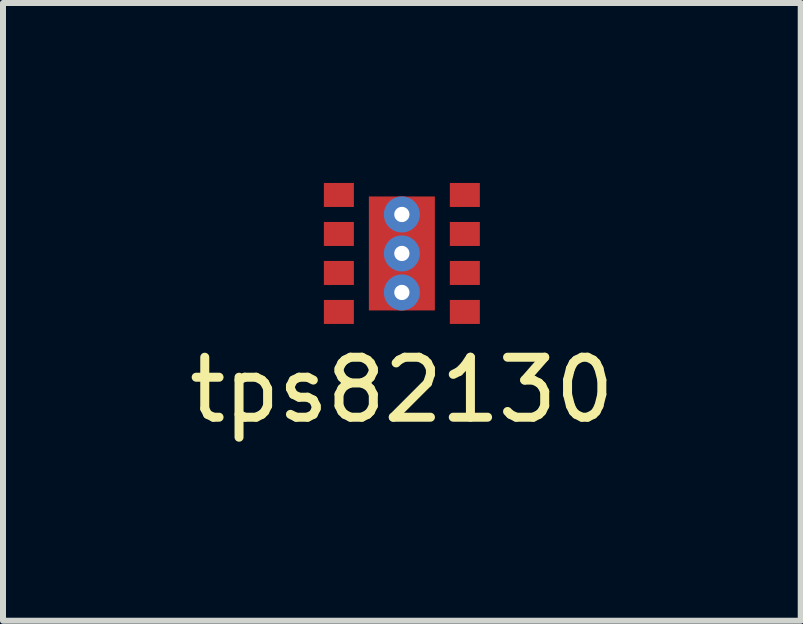
<source format=kicad_pcb>
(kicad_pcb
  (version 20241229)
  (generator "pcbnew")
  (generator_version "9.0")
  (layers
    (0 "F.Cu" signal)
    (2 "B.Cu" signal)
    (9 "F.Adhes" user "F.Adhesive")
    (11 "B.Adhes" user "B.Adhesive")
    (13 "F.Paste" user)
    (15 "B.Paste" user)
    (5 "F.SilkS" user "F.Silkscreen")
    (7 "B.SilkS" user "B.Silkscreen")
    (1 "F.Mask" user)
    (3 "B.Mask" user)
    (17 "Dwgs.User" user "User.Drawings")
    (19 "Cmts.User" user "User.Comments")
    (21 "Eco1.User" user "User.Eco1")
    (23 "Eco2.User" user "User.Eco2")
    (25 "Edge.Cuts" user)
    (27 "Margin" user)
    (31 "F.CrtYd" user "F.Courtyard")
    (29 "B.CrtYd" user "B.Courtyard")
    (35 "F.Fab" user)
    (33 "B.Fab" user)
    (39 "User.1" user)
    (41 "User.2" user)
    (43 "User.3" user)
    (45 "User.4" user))
  (footprint "tps82130"
    (layer "F.Cu")
    (at 3.649 1.175)
    (property "Reference" "tps82130" (at 0 2.275 0) (layer "F.SilkS") (effects (font (size 1 1) (thickness 0.15))))
    (attr through_hole)
    (pad "" thru_hole circle (at 0 -0.65) (size 0.6 0.6) (drill 0.254) (layers "*.Cu" "*.Mask"))
    (pad "" thru_hole circle (at 0 0) (size 0.6 0.6) (drill 0.254) (layers "*.Cu" "*.Mask"))
    (pad "" smd rect (at 0 0) (size 1.1 1.9) (layers "F.Cu" "F.Mask" "F.Paste"))
    (pad "" thru_hole circle (at 0 0.65) (size 0.6 0.6) (drill 0.254) (layers "*.Cu" "*.Mask"))
    (pad "1" smd rect (at -1.05 -0.975) (size 0.5 0.4) (layers "F.Cu" "F.Mask" "F.Paste"))
    (pad "2" smd rect (at -1.05 -0.325) (size 0.5 0.4) (layers "F.Cu" "F.Mask" "F.Paste"))
    (pad "3" smd rect (at -1.05 0.325) (size 0.5 0.4) (layers "F.Cu" "F.Mask" "F.Paste"))
    (pad "4" smd rect (at -1.05 0.975) (size 0.5 0.4) (layers "F.Cu" "F.Mask" "F.Paste"))
    (pad "5" smd rect (at 1.05 0.975) (size 0.5 0.4) (layers "F.Cu" "F.Mask" "F.Paste"))
    (pad "6" smd rect (at 1.05 0.325) (size 0.5 0.4) (layers "F.Cu" "F.Mask" "F.Paste"))
    (pad "7" smd rect (at 1.05 -0.325) (size 0.5 0.4) (layers "F.Cu" "F.Mask" "F.Paste"))
    (pad "8" smd rect (at 1.05 -0.975) (size 0.5 0.4) (layers "F.Cu" "F.Mask" "F.Paste")))
  (gr_rect
    (start -3 -3)
    (end 10.298 7.298)
    (stroke (width 0.1) (type default))
    (fill no)
    (layer "Edge.Cuts")))
</source>
